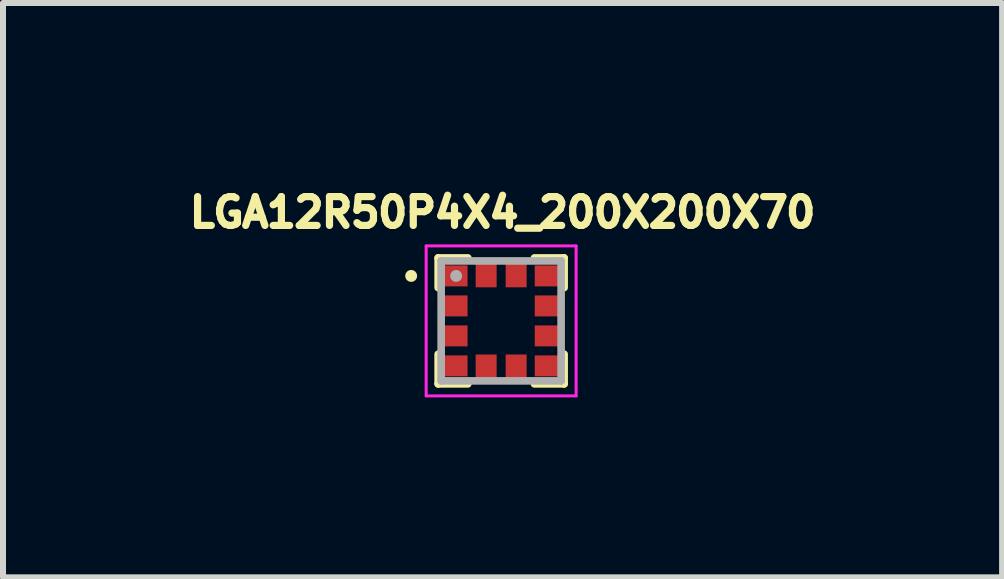
<source format=kicad_pcb>
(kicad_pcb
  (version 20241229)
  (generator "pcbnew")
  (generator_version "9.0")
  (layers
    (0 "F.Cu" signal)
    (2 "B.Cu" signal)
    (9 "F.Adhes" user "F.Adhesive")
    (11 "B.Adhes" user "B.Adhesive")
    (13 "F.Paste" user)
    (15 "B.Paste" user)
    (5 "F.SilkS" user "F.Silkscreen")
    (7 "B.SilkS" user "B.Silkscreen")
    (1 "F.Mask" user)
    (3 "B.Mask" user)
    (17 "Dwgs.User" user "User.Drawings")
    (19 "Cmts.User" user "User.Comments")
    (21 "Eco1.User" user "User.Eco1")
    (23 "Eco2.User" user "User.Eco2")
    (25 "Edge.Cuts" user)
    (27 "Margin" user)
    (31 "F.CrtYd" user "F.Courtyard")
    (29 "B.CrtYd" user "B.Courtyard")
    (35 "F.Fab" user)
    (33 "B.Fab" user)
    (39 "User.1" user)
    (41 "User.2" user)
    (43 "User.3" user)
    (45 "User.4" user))
  (footprint "LGA12R50P4X4_200X200X70"
    (layer "F.Cu")
    (at 5.305 2.3)
    (property "Reference" "LGA12R50P4X4_200X200X70" (at 0.024 -1.808 0) (layer "F.SilkS") (effects (font (size 0.481 0.481) (thickness 0.15))))
    (attr smd)
    (fp_line (start -1.05 -1.05) (end -0.555 -1.05) (stroke (width 0.127) (type solid)) (layer "F.SilkS"))
    (fp_line (start -1.05 -0.555) (end -1.05 -1.05) (stroke (width 0.127) (type solid)) (layer "F.SilkS"))
    (fp_line (start -1.05 0.555) (end -1.05 1.05) (stroke (width 0.127) (type solid)) (layer "F.SilkS"))
    (fp_line (start -1.05 1.05) (end -0.555 1.05) (stroke (width 0.127) (type solid)) (layer "F.SilkS"))
    (fp_line (start 0.555 -1.05) (end 1.05 -1.05) (stroke (width 0.127) (type solid)) (layer "F.SilkS"))
    (fp_line (start 0.555 1.05) (end 1.05 1.05) (stroke (width 0.127) (type solid)) (layer "F.SilkS"))
    (fp_line (start 1.05 -1.05) (end 1.05 -0.555) (stroke (width 0.127) (type solid)) (layer "F.SilkS"))
    (fp_line (start 1.05 1.05) (end 1.05 0.555) (stroke (width 0.127) (type solid)) (layer "F.SilkS"))
    (fp_circle (center -1.5 -0.75) (end -1.45 -0.75) (stroke (width 0.1) (type solid)) (fill no) (layer "F.SilkS"))
    (fp_line (start -1.25 -1.25) (end 1.25 -1.25) (stroke (width 0.05) (type solid)) (layer "F.CrtYd"))
    (fp_line (start -1.25 1.25) (end -1.25 -1.25) (stroke (width 0.05) (type solid)) (layer "F.CrtYd"))
    (fp_line (start 1.25 -1.25) (end 1.25 1.25) (stroke (width 0.05) (type solid)) (layer "F.CrtYd"))
    (fp_line (start 1.25 1.25) (end -1.25 1.25) (stroke (width 0.05) (type solid)) (layer "F.CrtYd"))
    (fp_line (start -1 -1) (end 1 -1) (stroke (width 0.127) (type solid)) (layer "F.Fab"))
    (fp_line (start -1 1) (end -1 -1) (stroke (width 0.127) (type solid)) (layer "F.Fab"))
    (fp_line (start 1 -1) (end 1 1) (stroke (width 0.127) (type solid)) (layer "F.Fab"))
    (fp_line (start 1 1) (end -1 1) (stroke (width 0.127) (type solid)) (layer "F.Fab"))
    (fp_circle (center -0.75 -0.75) (end -0.7 -0.75) (stroke (width 0.1) (type solid)) (fill no) (layer "F.Fab"))
    (pad "1" smd rect (at -0.76 -0.75) (size 0.4 0.35) (layers "F.Cu" "F.Mask" "F.Paste"))
    (pad "2" smd rect (at -0.76 -0.25) (size 0.4 0.35) (layers "F.Cu" "F.Mask" "F.Paste"))
    (pad "3" smd rect (at -0.76 0.25) (size 0.4 0.35) (layers "F.Cu" "F.Mask" "F.Paste"))
    (pad "4" smd rect (at -0.76 0.75) (size 0.4 0.35) (layers "F.Cu" "F.Mask" "F.Paste"))
    (pad "5" smd rect (at -0.25 0.76) (size 0.35 0.4) (layers "F.Cu" "F.Mask" "F.Paste"))
    (pad "6" smd rect (at 0.25 0.76) (size 0.35 0.4) (layers "F.Cu" "F.Mask" "F.Paste"))
    (pad "7" smd rect (at 0.76 0.75) (size 0.4 0.35) (layers "F.Cu" "F.Mask" "F.Paste"))
    (pad "8" smd rect (at 0.76 0.25) (size 0.4 0.35) (layers "F.Cu" "F.Mask" "F.Paste"))
    (pad "9" smd rect (at 0.76 -0.25) (size 0.4 0.35) (layers "F.Cu" "F.Mask" "F.Paste"))
    (pad "10" smd rect (at 0.76 -0.75) (size 0.4 0.35) (layers "F.Cu" "F.Mask" "F.Paste"))
    (pad "11" smd rect (at 0.25 -0.76) (size 0.35 0.4) (layers "F.Cu" "F.Mask" "F.Paste"))
    (pad "12" smd rect (at -0.25 -0.76) (size 0.35 0.4) (layers "F.Cu" "F.Mask" "F.Paste")))
  (gr_rect
    (start -3 -3)
    (end 13.657 6.575)
    (stroke (width 0.1) (type default))
    (fill no)
    (layer "Edge.Cuts")))
</source>
